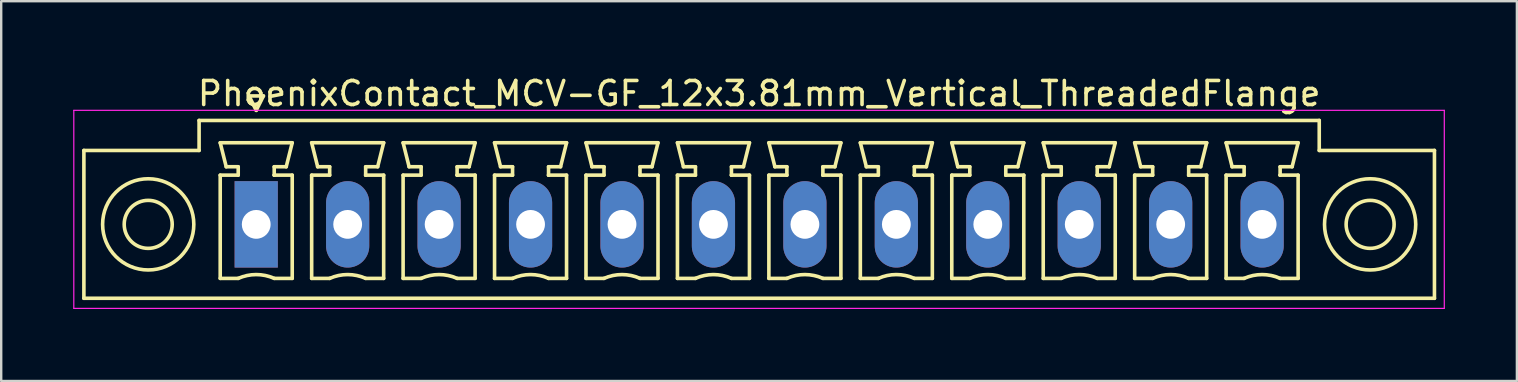
<source format=kicad_pcb>
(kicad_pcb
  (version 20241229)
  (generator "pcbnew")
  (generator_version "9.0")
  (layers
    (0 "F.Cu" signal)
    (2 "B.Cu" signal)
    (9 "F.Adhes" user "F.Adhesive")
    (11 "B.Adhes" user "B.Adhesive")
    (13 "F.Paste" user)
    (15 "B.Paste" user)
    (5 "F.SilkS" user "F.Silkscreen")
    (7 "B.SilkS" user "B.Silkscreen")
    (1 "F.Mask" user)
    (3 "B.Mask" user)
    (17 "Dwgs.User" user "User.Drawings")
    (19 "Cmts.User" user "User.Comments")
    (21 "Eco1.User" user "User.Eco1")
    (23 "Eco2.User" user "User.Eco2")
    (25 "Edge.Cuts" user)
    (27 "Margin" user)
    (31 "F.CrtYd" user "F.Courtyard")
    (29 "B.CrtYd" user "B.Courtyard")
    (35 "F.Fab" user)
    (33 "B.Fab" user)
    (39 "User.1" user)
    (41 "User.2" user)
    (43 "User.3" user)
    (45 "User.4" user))
  (footprint "PhoenixContact_MCV-GF_12x3.81mm_Vertical_ThreadedFlange"
    (layer "F.Cu")
    (at 7.625 6.298)
    (property "Reference" "PhoenixContact_MCV-GF_12x3.81mm_Vertical_ThreadedFlange" (at 20.955 -5.45 0) (layer "F.SilkS") (effects (font (size 1 1) (thickness 0.15))))
    (attr through_hole)
    (fp_line (start -7.18 -3.08) (end -7.18 3.08) (stroke (width 0.15) (type solid)) (layer "F.SilkS"))
    (fp_line (start -7.18 3.08) (end 49.09 3.08) (stroke (width 0.15) (type solid)) (layer "F.SilkS"))
    (fp_line (start -2.38 -4.33) (end -2.38 -3.08) (stroke (width 0.15) (type solid)) (layer "F.SilkS"))
    (fp_line (start -2.38 -3.08) (end -7.18 -3.08) (stroke (width 0.15) (type solid)) (layer "F.SilkS"))
    (fp_line (start -1.5 -3.4) (end 1.5 -3.4) (stroke (width 0.15) (type solid)) (layer "F.SilkS"))
    (fp_line (start -1.5 -2.05) (end -0.75 -2.05) (stroke (width 0.15) (type solid)) (layer "F.SilkS"))
    (fp_line (start -1.5 2.25) (end -1.5 -2.05) (stroke (width 0.15) (type solid)) (layer "F.SilkS"))
    (fp_line (start -1.25 -2.4) (end -1.5 -3.4) (stroke (width 0.15) (type solid)) (layer "F.SilkS"))
    (fp_line (start -0.75 -2.4) (end -1.25 -2.4) (stroke (width 0.15) (type solid)) (layer "F.SilkS"))
    (fp_line (start -0.75 -2.05) (end -0.75 -2.4) (stroke (width 0.15) (type solid)) (layer "F.SilkS"))
    (fp_line (start -0.75 2.25) (end -1.5 2.25) (stroke (width 0.15) (type solid)) (layer "F.SilkS"))
    (fp_line (start -0.3 -5.35) (end 0 -4.75) (stroke (width 0.15) (type solid)) (layer "F.SilkS"))
    (fp_line (start 0 -4.75) (end 0.3 -5.35) (stroke (width 0.15) (type solid)) (layer "F.SilkS"))
    (fp_line (start 0.3 -5.35) (end -0.3 -5.35) (stroke (width 0.15) (type solid)) (layer "F.SilkS"))
    (fp_line (start 0.75 -2.4) (end 0.75 -2.05) (stroke (width 0.15) (type solid)) (layer "F.SilkS"))
    (fp_line (start 0.75 -2.05) (end 0.75 -2.05) (stroke (width 0.15) (type solid)) (layer "F.SilkS"))
    (fp_line (start 0.75 -2.05) (end 1.5 -2.05) (stroke (width 0.15) (type solid)) (layer "F.SilkS"))
    (fp_line (start 1.25 -2.4) (end 0.75 -2.4) (stroke (width 0.15) (type solid)) (layer "F.SilkS"))
    (fp_line (start 1.5 -3.4) (end 1.25 -2.4) (stroke (width 0.15) (type solid)) (layer "F.SilkS"))
    (fp_line (start 1.5 -2.05) (end 1.5 2.25) (stroke (width 0.15) (type solid)) (layer "F.SilkS"))
    (fp_line (start 1.5 2.25) (end 0.75 2.25) (stroke (width 0.15) (type solid)) (layer "F.SilkS"))
    (fp_line (start 2.31 -3.4) (end 5.31 -3.4) (stroke (width 0.15) (type solid)) (layer "F.SilkS"))
    (fp_line (start 2.31 -2.05) (end 3.06 -2.05) (stroke (width 0.15) (type solid)) (layer "F.SilkS"))
    (fp_line (start 2.31 2.25) (end 2.31 -2.05) (stroke (width 0.15) (type solid)) (layer "F.SilkS"))
    (fp_line (start 2.56 -2.4) (end 2.31 -3.4) (stroke (width 0.15) (type solid)) (layer "F.SilkS"))
    (fp_line (start 3.06 -2.4) (end 2.56 -2.4) (stroke (width 0.15) (type solid)) (layer "F.SilkS"))
    (fp_line (start 3.06 -2.05) (end 3.06 -2.4) (stroke (width 0.15) (type solid)) (layer "F.SilkS"))
    (fp_line (start 3.06 2.25) (end 2.31 2.25) (stroke (width 0.15) (type solid)) (layer "F.SilkS"))
    (fp_line (start 4.56 -2.4) (end 4.56 -2.05) (stroke (width 0.15) (type solid)) (layer "F.SilkS"))
    (fp_line (start 4.56 -2.05) (end 4.56 -2.05) (stroke (width 0.15) (type solid)) (layer "F.SilkS"))
    (fp_line (start 4.56 -2.05) (end 5.31 -2.05) (stroke (width 0.15) (type solid)) (layer "F.SilkS"))
    (fp_line (start 5.06 -2.4) (end 4.56 -2.4) (stroke (width 0.15) (type solid)) (layer "F.SilkS"))
    (fp_line (start 5.31 -3.4) (end 5.06 -2.4) (stroke (width 0.15) (type solid)) (layer "F.SilkS"))
    (fp_line (start 5.31 -2.05) (end 5.31 2.25) (stroke (width 0.15) (type solid)) (layer "F.SilkS"))
    (fp_line (start 5.31 2.25) (end 4.56 2.25) (stroke (width 0.15) (type solid)) (layer "F.SilkS"))
    (fp_line (start 6.12 -3.4) (end 9.12 -3.4) (stroke (width 0.15) (type solid)) (layer "F.SilkS"))
    (fp_line (start 6.12 -2.05) (end 6.87 -2.05) (stroke (width 0.15) (type solid)) (layer "F.SilkS"))
    (fp_line (start 6.12 2.25) (end 6.12 -2.05) (stroke (width 0.15) (type solid)) (layer "F.SilkS"))
    (fp_line (start 6.37 -2.4) (end 6.12 -3.4) (stroke (width 0.15) (type solid)) (layer "F.SilkS"))
    (fp_line (start 6.87 -2.4) (end 6.37 -2.4) (stroke (width 0.15) (type solid)) (layer "F.SilkS"))
    (fp_line (start 6.87 -2.05) (end 6.87 -2.4) (stroke (width 0.15) (type solid)) (layer "F.SilkS"))
    (fp_line (start 6.87 2.25) (end 6.12 2.25) (stroke (width 0.15) (type solid)) (layer "F.SilkS"))
    (fp_line (start 8.37 -2.4) (end 8.37 -2.05) (stroke (width 0.15) (type solid)) (layer "F.SilkS"))
    (fp_line (start 8.37 -2.05) (end 8.37 -2.05) (stroke (width 0.15) (type solid)) (layer "F.SilkS"))
    (fp_line (start 8.37 -2.05) (end 9.12 -2.05) (stroke (width 0.15) (type solid)) (layer "F.SilkS"))
    (fp_line (start 8.87 -2.4) (end 8.37 -2.4) (stroke (width 0.15) (type solid)) (layer "F.SilkS"))
    (fp_line (start 9.12 -3.4) (end 8.87 -2.4) (stroke (width 0.15) (type solid)) (layer "F.SilkS"))
    (fp_line (start 9.12 -2.05) (end 9.12 2.25) (stroke (width 0.15) (type solid)) (layer "F.SilkS"))
    (fp_line (start 9.12 2.25) (end 8.37 2.25) (stroke (width 0.15) (type solid)) (layer "F.SilkS"))
    (fp_line (start 9.93 -3.4) (end 12.93 -3.4) (stroke (width 0.15) (type solid)) (layer "F.SilkS"))
    (fp_line (start 9.93 -2.05) (end 10.68 -2.05) (stroke (width 0.15) (type solid)) (layer "F.SilkS"))
    (fp_line (start 9.93 2.25) (end 9.93 -2.05) (stroke (width 0.15) (type solid)) (layer "F.SilkS"))
    (fp_line (start 10.18 -2.4) (end 9.93 -3.4) (stroke (width 0.15) (type solid)) (layer "F.SilkS"))
    (fp_line (start 10.68 -2.4) (end 10.18 -2.4) (stroke (width 0.15) (type solid)) (layer "F.SilkS"))
    (fp_line (start 10.68 -2.05) (end 10.68 -2.4) (stroke (width 0.15) (type solid)) (layer "F.SilkS"))
    (fp_line (start 10.68 2.25) (end 9.93 2.25) (stroke (width 0.15) (type solid)) (layer "F.SilkS"))
    (fp_line (start 12.18 -2.4) (end 12.18 -2.05) (stroke (width 0.15) (type solid)) (layer "F.SilkS"))
    (fp_line (start 12.18 -2.05) (end 12.18 -2.05) (stroke (width 0.15) (type solid)) (layer "F.SilkS"))
    (fp_line (start 12.18 -2.05) (end 12.93 -2.05) (stroke (width 0.15) (type solid)) (layer "F.SilkS"))
    (fp_line (start 12.68 -2.4) (end 12.18 -2.4) (stroke (width 0.15) (type solid)) (layer "F.SilkS"))
    (fp_line (start 12.93 -3.4) (end 12.68 -2.4) (stroke (width 0.15) (type solid)) (layer "F.SilkS"))
    (fp_line (start 12.93 -2.05) (end 12.93 2.25) (stroke (width 0.15) (type solid)) (layer "F.SilkS"))
    (fp_line (start 12.93 2.25) (end 12.18 2.25) (stroke (width 0.15) (type solid)) (layer "F.SilkS"))
    (fp_line (start 13.74 -3.4) (end 16.74 -3.4) (stroke (width 0.15) (type solid)) (layer "F.SilkS"))
    (fp_line (start 13.74 -2.05) (end 14.49 -2.05) (stroke (width 0.15) (type solid)) (layer "F.SilkS"))
    (fp_line (start 13.74 2.25) (end 13.74 -2.05) (stroke (width 0.15) (type solid)) (layer "F.SilkS"))
    (fp_line (start 13.99 -2.4) (end 13.74 -3.4) (stroke (width 0.15) (type solid)) (layer "F.SilkS"))
    (fp_line (start 14.49 -2.4) (end 13.99 -2.4) (stroke (width 0.15) (type solid)) (layer "F.SilkS"))
    (fp_line (start 14.49 -2.05) (end 14.49 -2.4) (stroke (width 0.15) (type solid)) (layer "F.SilkS"))
    (fp_line (start 14.49 2.25) (end 13.74 2.25) (stroke (width 0.15) (type solid)) (layer "F.SilkS"))
    (fp_line (start 15.99 -2.4) (end 15.99 -2.05) (stroke (width 0.15) (type solid)) (layer "F.SilkS"))
    (fp_line (start 15.99 -2.05) (end 15.99 -2.05) (stroke (width 0.15) (type solid)) (layer "F.SilkS"))
    (fp_line (start 15.99 -2.05) (end 16.74 -2.05) (stroke (width 0.15) (type solid)) (layer "F.SilkS"))
    (fp_line (start 16.49 -2.4) (end 15.99 -2.4) (stroke (width 0.15) (type solid)) (layer "F.SilkS"))
    (fp_line (start 16.74 -3.4) (end 16.49 -2.4) (stroke (width 0.15) (type solid)) (layer "F.SilkS"))
    (fp_line (start 16.74 -2.05) (end 16.74 2.25) (stroke (width 0.15) (type solid)) (layer "F.SilkS"))
    (fp_line (start 16.74 2.25) (end 15.99 2.25) (stroke (width 0.15) (type solid)) (layer "F.SilkS"))
    (fp_line (start 17.55 -3.4) (end 20.55 -3.4) (stroke (width 0.15) (type solid)) (layer "F.SilkS"))
    (fp_line (start 17.55 -2.05) (end 18.3 -2.05) (stroke (width 0.15) (type solid)) (layer "F.SilkS"))
    (fp_line (start 17.55 2.25) (end 17.55 -2.05) (stroke (width 0.15) (type solid)) (layer "F.SilkS"))
    (fp_line (start 17.8 -2.4) (end 17.55 -3.4) (stroke (width 0.15) (type solid)) (layer "F.SilkS"))
    (fp_line (start 18.3 -2.4) (end 17.8 -2.4) (stroke (width 0.15) (type solid)) (layer "F.SilkS"))
    (fp_line (start 18.3 -2.05) (end 18.3 -2.4) (stroke (width 0.15) (type solid)) (layer "F.SilkS"))
    (fp_line (start 18.3 2.25) (end 17.55 2.25) (stroke (width 0.15) (type solid)) (layer "F.SilkS"))
    (fp_line (start 19.8 -2.4) (end 19.8 -2.05) (stroke (width 0.15) (type solid)) (layer "F.SilkS"))
    (fp_line (start 19.8 -2.05) (end 19.8 -2.05) (stroke (width 0.15) (type solid)) (layer "F.SilkS"))
    (fp_line (start 19.8 -2.05) (end 20.55 -2.05) (stroke (width 0.15) (type solid)) (layer "F.SilkS"))
    (fp_line (start 20.3 -2.4) (end 19.8 -2.4) (stroke (width 0.15) (type solid)) (layer "F.SilkS"))
    (fp_line (start 20.55 -3.4) (end 20.3 -2.4) (stroke (width 0.15) (type solid)) (layer "F.SilkS"))
    (fp_line (start 20.55 -2.05) (end 20.55 2.25) (stroke (width 0.15) (type solid)) (layer "F.SilkS"))
    (fp_line (start 20.55 2.25) (end 19.8 2.25) (stroke (width 0.15) (type solid)) (layer "F.SilkS"))
    (fp_line (start 21.36 -3.4) (end 24.36 -3.4) (stroke (width 0.15) (type solid)) (layer "F.SilkS"))
    (fp_line (start 21.36 -2.05) (end 22.11 -2.05) (stroke (width 0.15) (type solid)) (layer "F.SilkS"))
    (fp_line (start 21.36 2.25) (end 21.36 -2.05) (stroke (width 0.15) (type solid)) (layer "F.SilkS"))
    (fp_line (start 21.61 -2.4) (end 21.36 -3.4) (stroke (width 0.15) (type solid)) (layer "F.SilkS"))
    (fp_line (start 22.11 -2.4) (end 21.61 -2.4) (stroke (width 0.15) (type solid)) (layer "F.SilkS"))
    (fp_line (start 22.11 -2.05) (end 22.11 -2.4) (stroke (width 0.15) (type solid)) (layer "F.SilkS"))
    (fp_line (start 22.11 2.25) (end 21.36 2.25) (stroke (width 0.15) (type solid)) (layer "F.SilkS"))
    (fp_line (start 23.61 -2.4) (end 23.61 -2.05) (stroke (width 0.15) (type solid)) (layer "F.SilkS"))
    (fp_line (start 23.61 -2.05) (end 23.61 -2.05) (stroke (width 0.15) (type solid)) (layer "F.SilkS"))
    (fp_line (start 23.61 -2.05) (end 24.36 -2.05) (stroke (width 0.15) (type solid)) (layer "F.SilkS"))
    (fp_line (start 24.11 -2.4) (end 23.61 -2.4) (stroke (width 0.15) (type solid)) (layer "F.SilkS"))
    (fp_line (start 24.36 -3.4) (end 24.11 -2.4) (stroke (width 0.15) (type solid)) (layer "F.SilkS"))
    (fp_line (start 24.36 -2.05) (end 24.36 2.25) (stroke (width 0.15) (type solid)) (layer "F.SilkS"))
    (fp_line (start 24.36 2.25) (end 23.61 2.25) (stroke (width 0.15) (type solid)) (layer "F.SilkS"))
    (fp_line (start 25.17 -3.4) (end 28.17 -3.4) (stroke (width 0.15) (type solid)) (layer "F.SilkS"))
    (fp_line (start 25.17 -2.05) (end 25.92 -2.05) (stroke (width 0.15) (type solid)) (layer "F.SilkS"))
    (fp_line (start 25.17 2.25) (end 25.17 -2.05) (stroke (width 0.15) (type solid)) (layer "F.SilkS"))
    (fp_line (start 25.42 -2.4) (end 25.17 -3.4) (stroke (width 0.15) (type solid)) (layer "F.SilkS"))
    (fp_line (start 25.92 -2.4) (end 25.42 -2.4) (stroke (width 0.15) (type solid)) (layer "F.SilkS"))
    (fp_line (start 25.92 -2.05) (end 25.92 -2.4) (stroke (width 0.15) (type solid)) (layer "F.SilkS"))
    (fp_line (start 25.92 2.25) (end 25.17 2.25) (stroke (width 0.15) (type solid)) (layer "F.SilkS"))
    (fp_line (start 27.42 -2.4) (end 27.42 -2.05) (stroke (width 0.15) (type solid)) (layer "F.SilkS"))
    (fp_line (start 27.42 -2.05) (end 27.42 -2.05) (stroke (width 0.15) (type solid)) (layer "F.SilkS"))
    (fp_line (start 27.42 -2.05) (end 28.17 -2.05) (stroke (width 0.15) (type solid)) (layer "F.SilkS"))
    (fp_line (start 27.92 -2.4) (end 27.42 -2.4) (stroke (width 0.15) (type solid)) (layer "F.SilkS"))
    (fp_line (start 28.17 -3.4) (end 27.92 -2.4) (stroke (width 0.15) (type solid)) (layer "F.SilkS"))
    (fp_line (start 28.17 -2.05) (end 28.17 2.25) (stroke (width 0.15) (type solid)) (layer "F.SilkS"))
    (fp_line (start 28.17 2.25) (end 27.42 2.25) (stroke (width 0.15) (type solid)) (layer "F.SilkS"))
    (fp_line (start 28.98 -3.4) (end 31.98 -3.4) (stroke (width 0.15) (type solid)) (layer "F.SilkS"))
    (fp_line (start 28.98 -2.05) (end 29.73 -2.05) (stroke (width 0.15) (type solid)) (layer "F.SilkS"))
    (fp_line (start 28.98 2.25) (end 28.98 -2.05) (stroke (width 0.15) (type solid)) (layer "F.SilkS"))
    (fp_line (start 29.23 -2.4) (end 28.98 -3.4) (stroke (width 0.15) (type solid)) (layer "F.SilkS"))
    (fp_line (start 29.73 -2.4) (end 29.23 -2.4) (stroke (width 0.15) (type solid)) (layer "F.SilkS"))
    (fp_line (start 29.73 -2.05) (end 29.73 -2.4) (stroke (width 0.15) (type solid)) (layer "F.SilkS"))
    (fp_line (start 29.73 2.25) (end 28.98 2.25) (stroke (width 0.15) (type solid)) (layer "F.SilkS"))
    (fp_line (start 31.23 -2.4) (end 31.23 -2.05) (stroke (width 0.15) (type solid)) (layer "F.SilkS"))
    (fp_line (start 31.23 -2.05) (end 31.23 -2.05) (stroke (width 0.15) (type solid)) (layer "F.SilkS"))
    (fp_line (start 31.23 -2.05) (end 31.98 -2.05) (stroke (width 0.15) (type solid)) (layer "F.SilkS"))
    (fp_line (start 31.73 -2.4) (end 31.23 -2.4) (stroke (width 0.15) (type solid)) (layer "F.SilkS"))
    (fp_line (start 31.98 -3.4) (end 31.73 -2.4) (stroke (width 0.15) (type solid)) (layer "F.SilkS"))
    (fp_line (start 31.98 -2.05) (end 31.98 2.25) (stroke (width 0.15) (type solid)) (layer "F.SilkS"))
    (fp_line (start 31.98 2.25) (end 31.23 2.25) (stroke (width 0.15) (type solid)) (layer "F.SilkS"))
    (fp_line (start 32.79 -3.4) (end 35.79 -3.4) (stroke (width 0.15) (type solid)) (layer "F.SilkS"))
    (fp_line (start 32.79 -2.05) (end 33.54 -2.05) (stroke (width 0.15) (type solid)) (layer "F.SilkS"))
    (fp_line (start 32.79 2.25) (end 32.79 -2.05) (stroke (width 0.15) (type solid)) (layer "F.SilkS"))
    (fp_line (start 33.04 -2.4) (end 32.79 -3.4) (stroke (width 0.15) (type solid)) (layer "F.SilkS"))
    (fp_line (start 33.54 -2.4) (end 33.04 -2.4) (stroke (width 0.15) (type solid)) (layer "F.SilkS"))
    (fp_line (start 33.54 -2.05) (end 33.54 -2.4) (stroke (width 0.15) (type solid)) (layer "F.SilkS"))
    (fp_line (start 33.54 2.25) (end 32.79 2.25) (stroke (width 0.15) (type solid)) (layer "F.SilkS"))
    (fp_line (start 35.04 -2.4) (end 35.04 -2.05) (stroke (width 0.15) (type solid)) (layer "F.SilkS"))
    (fp_line (start 35.04 -2.05) (end 35.04 -2.05) (stroke (width 0.15) (type solid)) (layer "F.SilkS"))
    (fp_line (start 35.04 -2.05) (end 35.79 -2.05) (stroke (width 0.15) (type solid)) (layer "F.SilkS"))
    (fp_line (start 35.54 -2.4) (end 35.04 -2.4) (stroke (width 0.15) (type solid)) (layer "F.SilkS"))
    (fp_line (start 35.79 -3.4) (end 35.54 -2.4) (stroke (width 0.15) (type solid)) (layer "F.SilkS"))
    (fp_line (start 35.79 -2.05) (end 35.79 2.25) (stroke (width 0.15) (type solid)) (layer "F.SilkS"))
    (fp_line (start 35.79 2.25) (end 35.04 2.25) (stroke (width 0.15) (type solid)) (layer "F.SilkS"))
    (fp_line (start 36.6 -3.4) (end 39.6 -3.4) (stroke (width 0.15) (type solid)) (layer "F.SilkS"))
    (fp_line (start 36.6 -2.05) (end 37.35 -2.05) (stroke (width 0.15) (type solid)) (layer "F.SilkS"))
    (fp_line (start 36.6 2.25) (end 36.6 -2.05) (stroke (width 0.15) (type solid)) (layer "F.SilkS"))
    (fp_line (start 36.85 -2.4) (end 36.6 -3.4) (stroke (width 0.15) (type solid)) (layer "F.SilkS"))
    (fp_line (start 37.35 -2.4) (end 36.85 -2.4) (stroke (width 0.15) (type solid)) (layer "F.SilkS"))
    (fp_line (start 37.35 -2.05) (end 37.35 -2.4) (stroke (width 0.15) (type solid)) (layer "F.SilkS"))
    (fp_line (start 37.35 2.25) (end 36.6 2.25) (stroke (width 0.15) (type solid)) (layer "F.SilkS"))
    (fp_line (start 38.85 -2.4) (end 38.85 -2.05) (stroke (width 0.15) (type solid)) (layer "F.SilkS"))
    (fp_line (start 38.85 -2.05) (end 38.85 -2.05) (stroke (width 0.15) (type solid)) (layer "F.SilkS"))
    (fp_line (start 38.85 -2.05) (end 39.6 -2.05) (stroke (width 0.15) (type solid)) (layer "F.SilkS"))
    (fp_line (start 39.35 -2.4) (end 38.85 -2.4) (stroke (width 0.15) (type solid)) (layer "F.SilkS"))
    (fp_line (start 39.6 -3.4) (end 39.35 -2.4) (stroke (width 0.15) (type solid)) (layer "F.SilkS"))
    (fp_line (start 39.6 -2.05) (end 39.6 2.25) (stroke (width 0.15) (type solid)) (layer "F.SilkS"))
    (fp_line (start 39.6 2.25) (end 38.85 2.25) (stroke (width 0.15) (type solid)) (layer "F.SilkS"))
    (fp_line (start 40.41 -3.4) (end 43.41 -3.4) (stroke (width 0.15) (type solid)) (layer "F.SilkS"))
    (fp_line (start 40.41 -2.05) (end 41.16 -2.05) (stroke (width 0.15) (type solid)) (layer "F.SilkS"))
    (fp_line (start 40.41 2.25) (end 40.41 -2.05) (stroke (width 0.15) (type solid)) (layer "F.SilkS"))
    (fp_line (start 40.66 -2.4) (end 40.41 -3.4) (stroke (width 0.15) (type solid)) (layer "F.SilkS"))
    (fp_line (start 41.16 -2.4) (end 40.66 -2.4) (stroke (width 0.15) (type solid)) (layer "F.SilkS"))
    (fp_line (start 41.16 -2.05) (end 41.16 -2.4) (stroke (width 0.15) (type solid)) (layer "F.SilkS"))
    (fp_line (start 41.16 2.25) (end 40.41 2.25) (stroke (width 0.15) (type solid)) (layer "F.SilkS"))
    (fp_line (start 42.66 -2.4) (end 42.66 -2.05) (stroke (width 0.15) (type solid)) (layer "F.SilkS"))
    (fp_line (start 42.66 -2.05) (end 42.66 -2.05) (stroke (width 0.15) (type solid)) (layer "F.SilkS"))
    (fp_line (start 42.66 -2.05) (end 43.41 -2.05) (stroke (width 0.15) (type solid)) (layer "F.SilkS"))
    (fp_line (start 43.16 -2.4) (end 42.66 -2.4) (stroke (width 0.15) (type solid)) (layer "F.SilkS"))
    (fp_line (start 43.41 -3.4) (end 43.16 -2.4) (stroke (width 0.15) (type solid)) (layer "F.SilkS"))
    (fp_line (start 43.41 -2.05) (end 43.41 2.25) (stroke (width 0.15) (type solid)) (layer "F.SilkS"))
    (fp_line (start 43.41 2.25) (end 42.66 2.25) (stroke (width 0.15) (type solid)) (layer "F.SilkS"))
    (fp_line (start 44.29 -4.33) (end -2.38 -4.33) (stroke (width 0.15) (type solid)) (layer "F.SilkS"))
    (fp_line (start 44.29 -3.08) (end 44.29 -4.33) (stroke (width 0.15) (type solid)) (layer "F.SilkS"))
    (fp_line (start 49.09 -3.08) (end 44.29 -3.08) (stroke (width 0.15) (type solid)) (layer "F.SilkS"))
    (fp_line (start 49.09 3.08) (end 49.09 -3.08) (stroke (width 0.15) (type solid)) (layer "F.SilkS"))
    (fp_arc (start -0.75 2.25) (mid -0.000193 2.09191) (end 0.749647 2.249844) (stroke (width 0.15) (type solid)) (layer "F.SilkS"))
    (fp_arc (start 3.06 2.25) (mid 3.809807 2.09191) (end 4.559647 2.249844) (stroke (width 0.15) (type solid)) (layer "F.SilkS"))
    (fp_arc (start 6.87 2.25) (mid 7.619807 2.09191) (end 8.369647 2.249844) (stroke (width 0.15) (type solid)) (layer "F.SilkS"))
    (fp_arc (start 10.68 2.25) (mid 11.429807 2.09191) (end 12.179647 2.249844) (stroke (width 0.15) (type solid)) (layer "F.SilkS"))
    (fp_arc (start 14.49 2.25) (mid 15.239807 2.09191) (end 15.989647 2.249844) (stroke (width 0.15) (type solid)) (layer "F.SilkS"))
    (fp_arc (start 18.3 2.25) (mid 19.049807 2.09191) (end 19.799647 2.249844) (stroke (width 0.15) (type solid)) (layer "F.SilkS"))
    (fp_arc (start 22.11 2.25) (mid 22.859807 2.09191) (end 23.609647 2.249844) (stroke (width 0.15) (type solid)) (layer "F.SilkS"))
    (fp_arc (start 25.92 2.25) (mid 26.669807 2.09191) (end 27.419647 2.249844) (stroke (width 0.15) (type solid)) (layer "F.SilkS"))
    (fp_arc (start 29.73 2.25) (mid 30.479807 2.09191) (end 31.229647 2.249844) (stroke (width 0.15) (type solid)) (layer "F.SilkS"))
    (fp_arc (start 33.54 2.25) (mid 34.289807 2.09191) (end 35.039647 2.249844) (stroke (width 0.15) (type solid)) (layer "F.SilkS"))
    (fp_arc (start 37.35 2.25) (mid 38.099807 2.09191) (end 38.849647 2.249844) (stroke (width 0.15) (type solid)) (layer "F.SilkS"))
    (fp_arc (start 41.16 2.25) (mid 41.909807 2.09191) (end 42.659647 2.249844) (stroke (width 0.15) (type solid)) (layer "F.SilkS"))
    (fp_circle (center -4.5 0) (end -3.5 0) (stroke (width 0.15) (type solid)) (fill no) (layer "F.SilkS"))
    (fp_circle (center -4.5 0) (end -2.6 0) (stroke (width 0.15) (type solid)) (fill no) (layer "F.SilkS"))
    (fp_circle (center 46.41 0) (end 47.41 0) (stroke (width 0.15) (type solid)) (fill no) (layer "F.SilkS"))
    (fp_circle (center 46.41 0) (end 48.31 0) (stroke (width 0.15) (type solid)) (fill no) (layer "F.SilkS"))
    (fp_line (start -7.6 -4.75) (end -7.6 3.5) (stroke (width 0.05) (type solid)) (layer "F.CrtYd"))
    (fp_line (start -7.6 3.5) (end 49.5 3.5) (stroke (width 0.05) (type solid)) (layer "F.CrtYd"))
    (fp_line (start 49.5 -4.75) (end -7.6 -4.75) (stroke (width 0.05) (type solid)) (layer "F.CrtYd"))
    (fp_line (start 49.5 3.5) (end 49.5 -4.75) (stroke (width 0.05) (type solid)) (layer "F.CrtYd"))
    (pad "1" thru_hole rect (at 0 0) (size 1.8 3.6) (drill 1.2) (layers "*.Cu" "*.Mask"))
    (pad "2" thru_hole oval (at 3.81 0) (size 1.8 3.6) (drill 1.2) (layers "*.Cu" "*.Mask"))
    (pad "3" thru_hole oval (at 7.62 0) (size 1.8 3.6) (drill 1.2) (layers "*.Cu" "*.Mask"))
    (pad "4" thru_hole oval (at 11.43 0) (size 1.8 3.6) (drill 1.2) (layers "*.Cu" "*.Mask"))
    (pad "5" thru_hole oval (at 15.24 0) (size 1.8 3.6) (drill 1.2) (layers "*.Cu" "*.Mask"))
    (pad "6" thru_hole oval (at 19.05 0) (size 1.8 3.6) (drill 1.2) (layers "*.Cu" "*.Mask"))
    (pad "7" thru_hole oval (at 22.86 0) (size 1.8 3.6) (drill 1.2) (layers "*.Cu" "*.Mask"))
    (pad "8" thru_hole oval (at 26.67 0) (size 1.8 3.6) (drill 1.2) (layers "*.Cu" "*.Mask"))
    (pad "9" thru_hole oval (at 30.48 0) (size 1.8 3.6) (drill 1.2) (layers "*.Cu" "*.Mask"))
    (pad "10" thru_hole oval (at 34.29 0) (size 1.8 3.6) (drill 1.2) (layers "*.Cu" "*.Mask"))
    (pad "11" thru_hole oval (at 38.1 0) (size 1.8 3.6) (drill 1.2) (layers "*.Cu" "*.Mask"))
    (pad "12" thru_hole oval (at 41.91 0) (size 1.8 3.6) (drill 1.2) (layers "*.Cu" "*.Mask")))
  (gr_rect
    (start -3 -3)
    (end 60.15 12.823)
    (stroke (width 0.1) (type default))
    (fill no)
    (layer "Edge.Cuts")))
</source>
